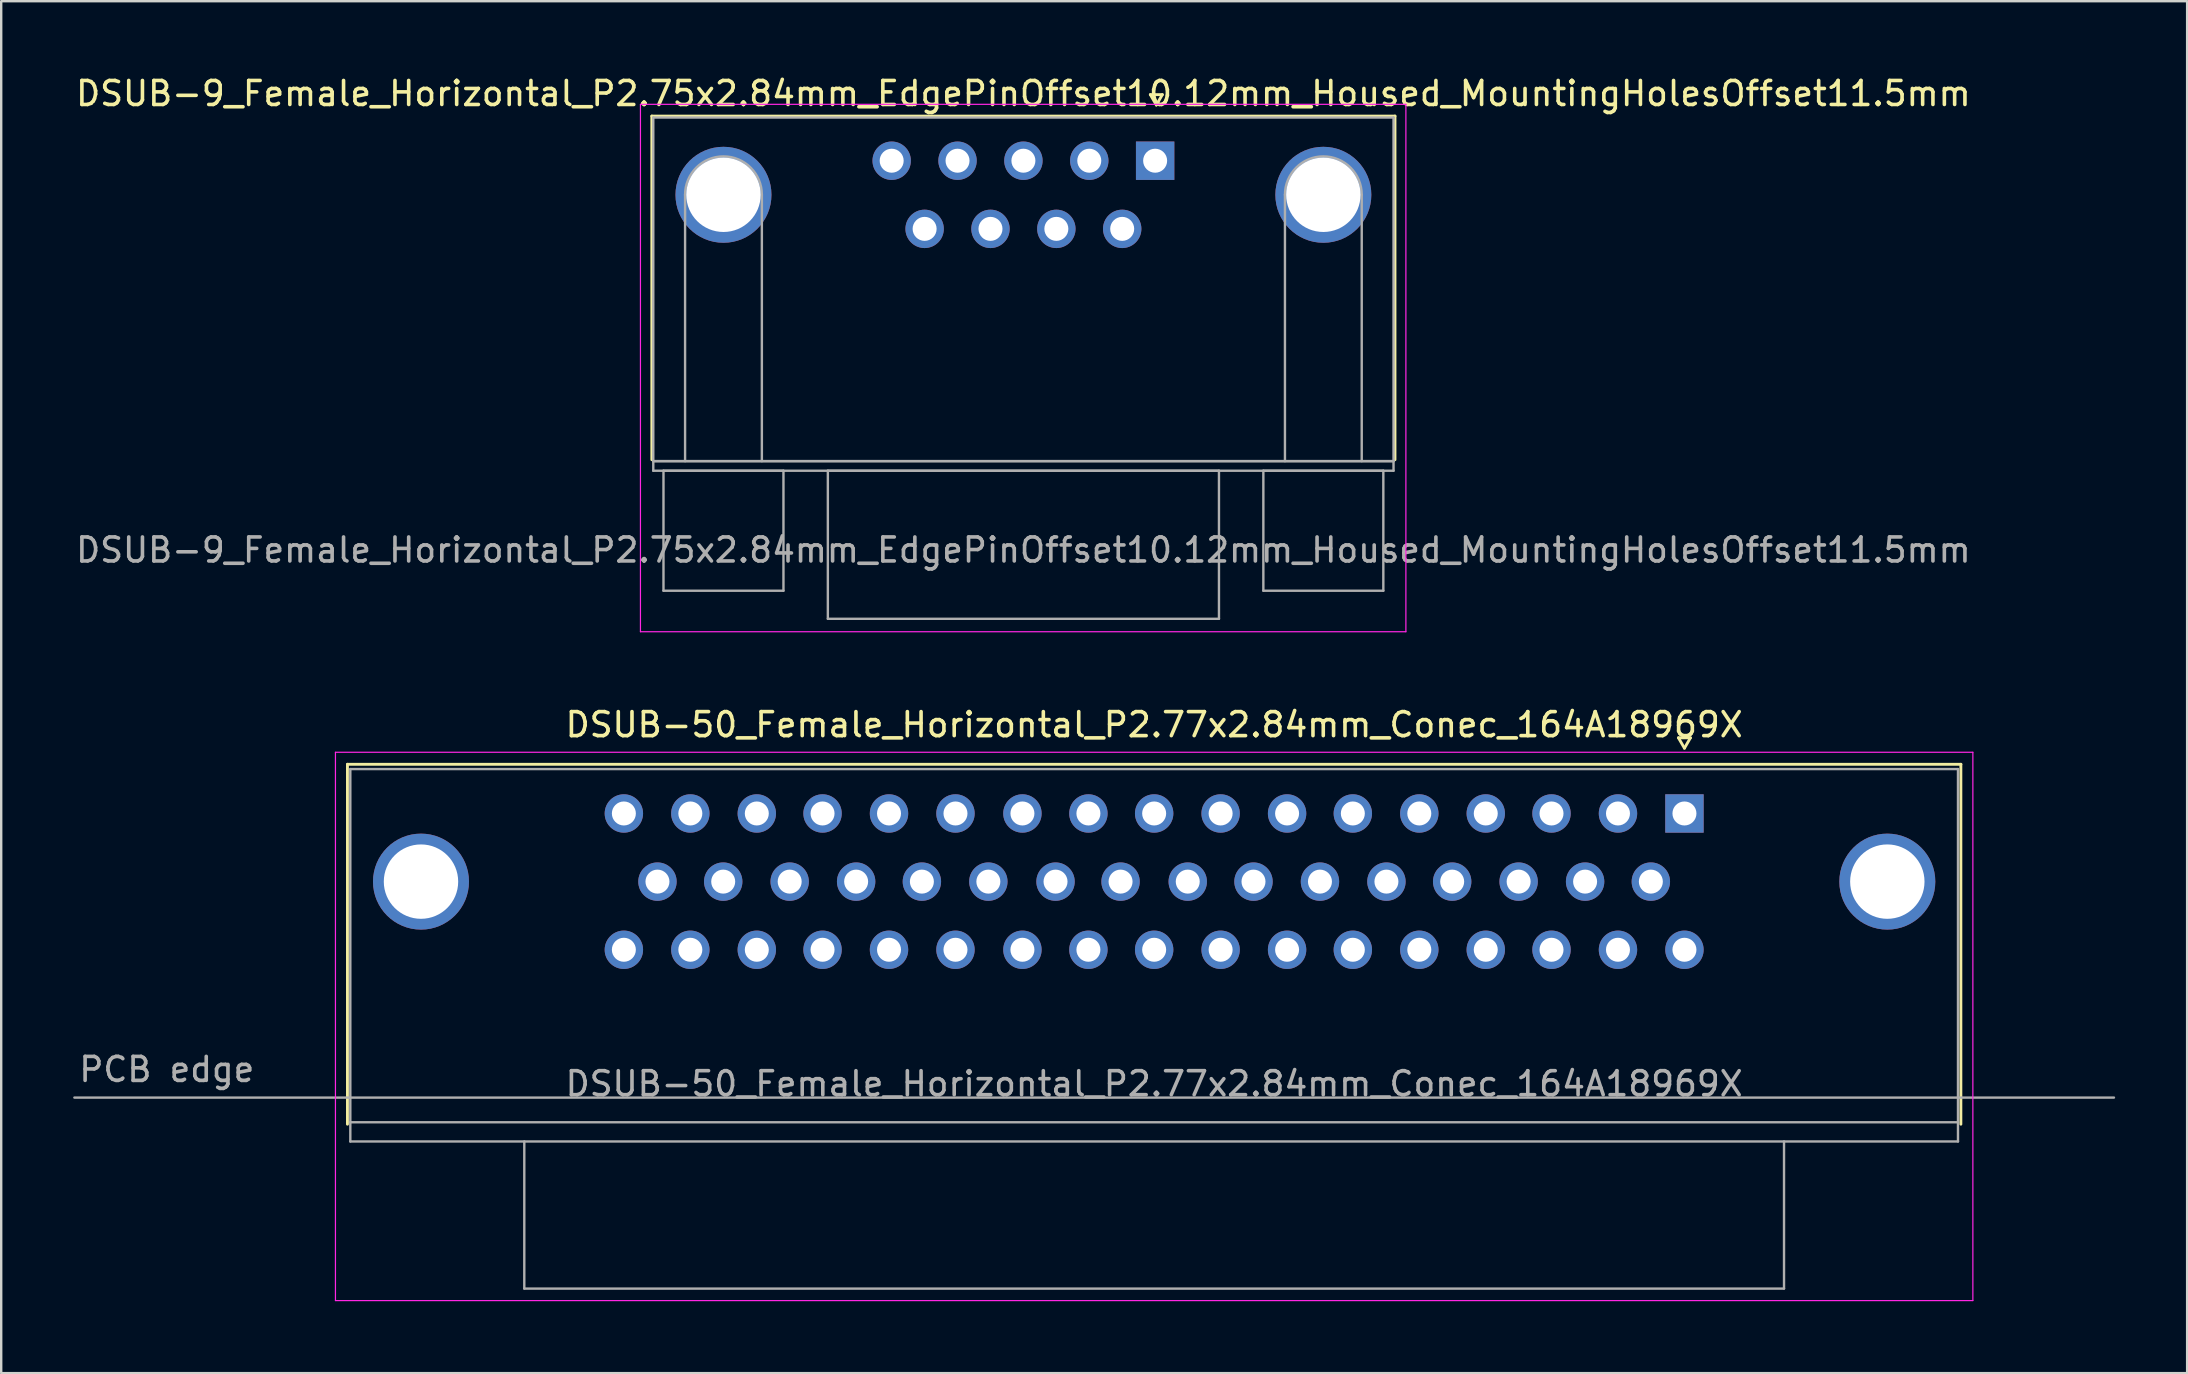
<source format=kicad_pcb>
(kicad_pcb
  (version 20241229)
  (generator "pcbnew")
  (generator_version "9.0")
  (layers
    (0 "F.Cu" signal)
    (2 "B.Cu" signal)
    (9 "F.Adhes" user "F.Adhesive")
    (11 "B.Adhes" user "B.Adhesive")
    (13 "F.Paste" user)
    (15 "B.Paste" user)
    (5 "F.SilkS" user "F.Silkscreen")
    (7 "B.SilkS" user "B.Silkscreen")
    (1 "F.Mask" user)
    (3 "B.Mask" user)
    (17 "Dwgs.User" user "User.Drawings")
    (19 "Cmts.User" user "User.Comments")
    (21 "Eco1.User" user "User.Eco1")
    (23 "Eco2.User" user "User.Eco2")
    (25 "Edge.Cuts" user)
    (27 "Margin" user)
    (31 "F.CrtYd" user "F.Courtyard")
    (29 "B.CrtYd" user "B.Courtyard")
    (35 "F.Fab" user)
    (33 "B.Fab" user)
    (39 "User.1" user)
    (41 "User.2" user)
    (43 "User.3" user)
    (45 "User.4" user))
  (footprint "DSUB-9_Female_Horizontal_P2.75x2.84mm_EdgePinOffset10.12mm_Housed_MountingHolesOffset11.5mm"
    (layer "F.Cu")
    (at 45.091 3.648)
    (property "Reference" "DSUB-9_Female_Horizontal_P2.75x2.84mm_EdgePinOffset10.12mm_Housed_MountingHolesOffset11.5mm" (at -5.49 -2.8 0) (layer "F.SilkS") (effects (font (size 1 1) (thickness 0.15))))
    (attr through_hole)
    (fp_line (start -20.975 -1.86) (end 9.995 -1.86) (stroke (width 0.12) (type solid)) (layer "F.SilkS"))
    (fp_line (start -20.975 12.46) (end -20.975 -1.86) (stroke (width 0.12) (type solid)) (layer "F.SilkS"))
    (fp_line (start -0.2 -2.754) (end 0.3 -2.754) (stroke (width 0.12) (type solid)) (layer "F.SilkS"))
    (fp_line (start 0.05 -2.321) (end -0.2 -2.754) (stroke (width 0.12) (type solid)) (layer "F.SilkS"))
    (fp_line (start 0.3 -2.754) (end 0.05 -2.321) (stroke (width 0.12) (type solid)) (layer "F.SilkS"))
    (fp_line (start 9.995 -1.86) (end 9.995 12.46) (stroke (width 0.12) (type solid)) (layer "F.SilkS"))
    (fp_line (start -21.45 -2.35) (end -21.45 19.63) (stroke (width 0.05) (type solid)) (layer "F.CrtYd"))
    (fp_line (start -21.45 19.63) (end 10.45 19.63) (stroke (width 0.05) (type solid)) (layer "F.CrtYd"))
    (fp_line (start 10.45 -2.35) (end -21.45 -2.35) (stroke (width 0.05) (type solid)) (layer "F.CrtYd"))
    (fp_line (start 10.45 19.63) (end 10.45 -2.35) (stroke (width 0.05) (type solid)) (layer "F.CrtYd"))
    (fp_line (start -20.915 -1.8) (end -20.915 12.52) (stroke (width 0.1) (type solid)) (layer "F.Fab"))
    (fp_line (start -20.915 12.52) (end -20.915 12.92) (stroke (width 0.1) (type solid)) (layer "F.Fab"))
    (fp_line (start -20.915 12.52) (end 9.935 12.52) (stroke (width 0.1) (type solid)) (layer "F.Fab"))
    (fp_line (start -20.915 12.92) (end 9.935 12.92) (stroke (width 0.1) (type solid)) (layer "F.Fab"))
    (fp_line (start -20.49 12.92) (end -20.49 17.92) (stroke (width 0.1) (type solid)) (layer "F.Fab"))
    (fp_line (start -20.49 17.92) (end -15.49 17.92) (stroke (width 0.1) (type solid)) (layer "F.Fab"))
    (fp_line (start -19.59 12.52) (end -19.59 1.42) (stroke (width 0.1) (type solid)) (layer "F.Fab"))
    (fp_line (start -16.39 12.52) (end -16.39 1.42) (stroke (width 0.1) (type solid)) (layer "F.Fab"))
    (fp_line (start -15.49 12.92) (end -20.49 12.92) (stroke (width 0.1) (type solid)) (layer "F.Fab"))
    (fp_line (start -15.49 17.92) (end -15.49 12.92) (stroke (width 0.1) (type solid)) (layer "F.Fab"))
    (fp_line (start -13.64 12.92) (end -13.64 19.09) (stroke (width 0.1) (type solid)) (layer "F.Fab"))
    (fp_line (start -13.64 19.09) (end 2.66 19.09) (stroke (width 0.1) (type solid)) (layer "F.Fab"))
    (fp_line (start 2.66 12.92) (end -13.64 12.92) (stroke (width 0.1) (type solid)) (layer "F.Fab"))
    (fp_line (start 2.66 19.09) (end 2.66 12.92) (stroke (width 0.1) (type solid)) (layer "F.Fab"))
    (fp_line (start 4.51 12.92) (end 4.51 17.92) (stroke (width 0.1) (type solid)) (layer "F.Fab"))
    (fp_line (start 4.51 17.92) (end 9.51 17.92) (stroke (width 0.1) (type solid)) (layer "F.Fab"))
    (fp_line (start 5.41 12.52) (end 5.41 1.42) (stroke (width 0.1) (type solid)) (layer "F.Fab"))
    (fp_line (start 8.61 12.52) (end 8.61 1.42) (stroke (width 0.1) (type solid)) (layer "F.Fab"))
    (fp_line (start 9.51 12.92) (end 4.51 12.92) (stroke (width 0.1) (type solid)) (layer "F.Fab"))
    (fp_line (start 9.51 17.92) (end 9.51 12.92) (stroke (width 0.1) (type solid)) (layer "F.Fab"))
    (fp_line (start 9.935 -1.8) (end -20.915 -1.8) (stroke (width 0.1) (type solid)) (layer "F.Fab"))
    (fp_line (start 9.935 12.52) (end -20.915 12.52) (stroke (width 0.1) (type solid)) (layer "F.Fab"))
    (fp_line (start 9.935 12.52) (end 9.935 -1.8) (stroke (width 0.1) (type solid)) (layer "F.Fab"))
    (fp_line (start 9.935 12.92) (end 9.935 12.52) (stroke (width 0.1) (type solid)) (layer "F.Fab"))
    (fp_arc (start -19.59 1.42) (mid -17.99 -0.18) (end -16.39 1.42) (stroke (width 0.1) (type solid)) (layer "F.Fab"))
    (fp_arc (start 5.41 1.42) (mid 7.01 -0.18) (end 8.61 1.42) (stroke (width 0.1) (type solid)) (layer "F.Fab"))
    (fp_text user "${REFERENCE}" (at -5.49 16.225 0) (layer "F.Fab") (effects (font (size 1 1) (thickness 0.15))))
    (pad "0" thru_hole circle (at -17.99 1.42) (size 4 4) (drill 3.1) (layers "*.Cu" "*.Mask"))
    (pad "0" thru_hole circle (at 7.01 1.42) (size 4 4) (drill 3.1) (layers "*.Cu" "*.Mask"))
    (pad "1" thru_hole rect (at 0 0) (size 1.6 1.6) (drill 1) (layers "*.Cu" "*.Mask"))
    (pad "2" thru_hole circle (at -2.745 0) (size 1.6 1.6) (drill 1) (layers "*.Cu" "*.Mask"))
    (pad "3" thru_hole circle (at -5.49 0) (size 1.6 1.6) (drill 1) (layers "*.Cu" "*.Mask"))
    (pad "4" thru_hole circle (at -8.235 0) (size 1.6 1.6) (drill 1) (layers "*.Cu" "*.Mask"))
    (pad "5" thru_hole circle (at -10.98 0) (size 1.6 1.6) (drill 1) (layers "*.Cu" "*.Mask"))
    (pad "6" thru_hole circle (at -1.373 2.84) (size 1.6 1.6) (drill 1) (layers "*.Cu" "*.Mask"))
    (pad "7" thru_hole circle (at -4.117 2.84) (size 1.6 1.6) (drill 1) (layers "*.Cu" "*.Mask"))
    (pad "8" thru_hole circle (at -6.862 2.84) (size 1.6 1.6) (drill 1) (layers "*.Cu" "*.Mask"))
    (pad "9" thru_hole circle (at -9.607 2.84) (size 1.6 1.6) (drill 1) (layers "*.Cu" "*.Mask")))
  (footprint "DSUB-50_Female_Horizontal_P2.77x2.84mm_Conec_164A18969X"
    (layer "F.Cu")
    (at 45.05 30.852)
    (property "Reference" "DSUB-50_Female_Horizontal_P2.77x2.84mm_Conec_164A18969X" (at 0 -3.7 0) (layer "F.SilkS") (effects (font (size 1 1) (thickness 0.15))))
    (attr through_hole)
    (fp_line (start -33.62 -2.05) (end 33.62 -2.05) (stroke (width 0.12) (type solid)) (layer "F.SilkS"))
    (fp_line (start -33.62 12.95) (end -33.62 -2.05) (stroke (width 0.12) (type solid)) (layer "F.SilkS"))
    (fp_line (start 21.85 -3.154) (end 22.35 -3.154) (stroke (width 0.12) (type solid)) (layer "F.SilkS"))
    (fp_line (start 22.1 -2.721) (end 21.85 -3.154) (stroke (width 0.12) (type solid)) (layer "F.SilkS"))
    (fp_line (start 22.35 -3.154) (end 22.1 -2.721) (stroke (width 0.12) (type solid)) (layer "F.SilkS"))
    (fp_line (start 33.62 -2.05) (end 33.62 12.95) (stroke (width 0.12) (type solid)) (layer "F.SilkS"))
    (fp_line (start -34.12 -2.55) (end -34.12 20.3) (stroke (width 0.05) (type solid)) (layer "F.CrtYd"))
    (fp_line (start -34.12 20.3) (end 34.12 20.3) (stroke (width 0.05) (type solid)) (layer "F.CrtYd"))
    (fp_line (start 34.12 -2.55) (end -34.12 -2.55) (stroke (width 0.05) (type solid)) (layer "F.CrtYd"))
    (fp_line (start 34.12 20.3) (end 34.12 -2.55) (stroke (width 0.05) (type solid)) (layer "F.CrtYd"))
    (fp_line (start -45 11.84) (end 40 11.84) (stroke (width 0.1) (type solid)) (layer "F.Fab"))
    (fp_line (start -33.5 -1.85) (end -33.5 12.87) (stroke (width 0.1) (type solid)) (layer "F.Fab"))
    (fp_line (start -33.5 12.87) (end -33.5 13.67) (stroke (width 0.1) (type solid)) (layer "F.Fab"))
    (fp_line (start -33.5 13.67) (end 33.5 13.67) (stroke (width 0.1) (type solid)) (layer "F.Fab"))
    (fp_line (start -26.25 13.67) (end -26.25 19.8) (stroke (width 0.1) (type solid)) (layer "F.Fab"))
    (fp_line (start -26.25 19.8) (end 26.25 19.8) (stroke (width 0.1) (type solid)) (layer "F.Fab"))
    (fp_line (start 26.25 19.8) (end 26.25 13.67) (stroke (width 0.1) (type solid)) (layer "F.Fab"))
    (fp_line (start 33.5 -1.85) (end -33.5 -1.85) (stroke (width 0.1) (type solid)) (layer "F.Fab"))
    (fp_line (start 33.5 12.87) (end -33.5 12.87) (stroke (width 0.1) (type solid)) (layer "F.Fab"))
    (fp_line (start 33.5 12.87) (end 33.5 -1.85) (stroke (width 0.1) (type solid)) (layer "F.Fab"))
    (fp_line (start 33.5 13.67) (end 33.5 12.87) (stroke (width 0.1) (type solid)) (layer "F.Fab"))
    (fp_text user "${REFERENCE}" (at 0 11.265 0) (layer "F.Fab") (effects (font (size 1 1) (thickness 0.15))))
    (fp_text user "PCB edge" (at -41.148 10.668 0) (unlocked yes) (layer "F.Fab") (effects (font (size 1 1) (thickness 0.15))))
    (pad "0" thru_hole circle (at -30.555 2.84) (size 4 4) (drill 3.1) (layers "*.Cu" "*.Mask"))
    (pad "0" thru_hole circle (at 30.555 2.84) (size 4 4) (drill 3.1) (layers "*.Cu" "*.Mask"))
    (pad "1" thru_hole rect (at 22.1 0) (size 1.6 1.6) (drill 1) (layers "*.Cu" "*.Mask"))
    (pad "2" thru_hole circle (at 19.33 0) (size 1.6 1.6) (drill 1) (layers "*.Cu" "*.Mask"))
    (pad "3" thru_hole circle (at 16.56 0) (size 1.6 1.6) (drill 1) (layers "*.Cu" "*.Mask"))
    (pad "4" thru_hole circle (at 13.82 0) (size 1.6 1.6) (drill 1) (layers "*.Cu" "*.Mask"))
    (pad "5" thru_hole circle (at 11.05 0) (size 1.6 1.6) (drill 1) (layers "*.Cu" "*.Mask"))
    (pad "6" thru_hole circle (at 8.28 0) (size 1.6 1.6) (drill 1) (layers "*.Cu" "*.Mask"))
    (pad "7" thru_hole circle (at 5.54 0) (size 1.6 1.6) (drill 1) (layers "*.Cu" "*.Mask"))
    (pad "8" thru_hole circle (at 2.77 0) (size 1.6 1.6) (drill 1) (layers "*.Cu" "*.Mask"))
    (pad "9" thru_hole circle (at 0 0) (size 1.6 1.6) (drill 1) (layers "*.Cu" "*.Mask"))
    (pad "10" thru_hole circle (at -2.74 0) (size 1.6 1.6) (drill 1) (layers "*.Cu" "*.Mask"))
    (pad "11" thru_hole circle (at -5.49 0) (size 1.6 1.6) (drill 1) (layers "*.Cu" "*.Mask"))
    (pad "12" thru_hole circle (at -8.28 0) (size 1.6 1.6) (drill 1) (layers "*.Cu" "*.Mask"))
    (pad "13" thru_hole circle (at -11.05 0) (size 1.6 1.6) (drill 1) (layers "*.Cu" "*.Mask"))
    (pad "14" thru_hole circle (at -13.82 0) (size 1.6 1.6) (drill 1) (layers "*.Cu" "*.Mask"))
    (pad "15" thru_hole circle (at -16.56 0) (size 1.6 1.6) (drill 1) (layers "*.Cu" "*.Mask"))
    (pad "16" thru_hole circle (at -19.33 0) (size 1.6 1.6) (drill 1) (layers "*.Cu" "*.Mask"))
    (pad "17" thru_hole circle (at -22.1 0) (size 1.6 1.6) (drill 1) (layers "*.Cu" "*.Mask"))
    (pad "18" thru_hole circle (at 20.7 2.84) (size 1.6 1.6) (drill 1) (layers "*.Cu" "*.Mask"))
    (pad "19" thru_hole circle (at 17.96 2.84) (size 1.6 1.6) (drill 1) (layers "*.Cu" "*.Mask"))
    (pad "20" thru_hole circle (at 15.19 2.84) (size 1.6 1.6) (drill 1) (layers "*.Cu" "*.Mask"))
    (pad "21" thru_hole circle (at 12.42 2.84) (size 1.6 1.6) (drill 1) (layers "*.Cu" "*.Mask"))
    (pad "22" thru_hole circle (at 9.68 2.84) (size 1.6 1.6) (drill 1) (layers "*.Cu" "*.Mask"))
    (pad "23" thru_hole circle (at 6.91 2.84) (size 1.6 1.6) (drill 1) (layers "*.Cu" "*.Mask"))
    (pad "24" thru_hole circle (at 4.14 2.84) (size 1.6 1.6) (drill 1) (layers "*.Cu" "*.Mask"))
    (pad "25" thru_hole circle (at 1.4 2.84) (size 1.6 1.6) (drill 1) (layers "*.Cu" "*.Mask"))
    (pad "26" thru_hole circle (at -1.4 2.84) (size 1.6 1.6) (drill 1) (layers "*.Cu" "*.Mask"))
    (pad "27" thru_hole circle (at -4.11 2.84) (size 1.6 1.6) (drill 1) (layers "*.Cu" "*.Mask"))
    (pad "28" thru_hole circle (at -6.91 2.84) (size 1.6 1.6) (drill 1) (layers "*.Cu" "*.Mask"))
    (pad "29" thru_hole circle (at -9.68 2.84) (size 1.6 1.6) (drill 1) (layers "*.Cu" "*.Mask"))
    (pad "30" thru_hole circle (at -12.42 2.84) (size 1.6 1.6) (drill 1) (layers "*.Cu" "*.Mask"))
    (pad "31" thru_hole circle (at -15.19 2.84) (size 1.6 1.6) (drill 1) (layers "*.Cu" "*.Mask"))
    (pad "32" thru_hole circle (at -17.96 2.84) (size 1.6 1.6) (drill 1) (layers "*.Cu" "*.Mask"))
    (pad "33" thru_hole circle (at -20.7 2.84) (size 1.6 1.6) (drill 1) (layers "*.Cu" "*.Mask"))
    (pad "34" thru_hole circle (at 22.1 5.68) (size 1.6 1.6) (drill 1) (layers "*.Cu" "*.Mask"))
    (pad "35" thru_hole circle (at 19.33 5.68) (size 1.6 1.6) (drill 1) (layers "*.Cu" "*.Mask"))
    (pad "36" thru_hole circle (at 16.56 5.68) (size 1.6 1.6) (drill 1) (layers "*.Cu" "*.Mask"))
    (pad "37" thru_hole circle (at 13.82 5.68) (size 1.6 1.6) (drill 1) (layers "*.Cu" "*.Mask"))
    (pad "38" thru_hole circle (at 11.05 5.68) (size 1.6 1.6) (drill 1) (layers "*.Cu" "*.Mask"))
    (pad "39" thru_hole circle (at 8.28 5.68) (size 1.6 1.6) (drill 1) (layers "*.Cu" "*.Mask"))
    (pad "40" thru_hole circle (at 5.54 5.68) (size 1.6 1.6) (drill 1) (layers "*.Cu" "*.Mask"))
    (pad "41" thru_hole circle (at 2.77 5.68) (size 1.6 1.6) (drill 1) (layers "*.Cu" "*.Mask"))
    (pad "42" thru_hole circle (at 0 5.68) (size 1.6 1.6) (drill 1) (layers "*.Cu" "*.Mask"))
    (pad "43" thru_hole circle (at -2.74 5.68) (size 1.6 1.6) (drill 1) (layers "*.Cu" "*.Mask"))
    (pad "44" thru_hole circle (at -5.49 5.68) (size 1.6 1.6) (drill 1) (layers "*.Cu" "*.Mask"))
    (pad "45" thru_hole circle (at -8.28 5.68) (size 1.6 1.6) (drill 1) (layers "*.Cu" "*.Mask"))
    (pad "46" thru_hole circle (at -11.05 5.68) (size 1.6 1.6) (drill 1) (layers "*.Cu" "*.Mask"))
    (pad "47" thru_hole circle (at -13.82 5.68) (size 1.6 1.6) (drill 1) (layers "*.Cu" "*.Mask"))
    (pad "48" thru_hole circle (at -16.56 5.68) (size 1.6 1.6) (drill 1) (layers "*.Cu" "*.Mask"))
    (pad "49" thru_hole circle (at -19.33 5.68) (size 1.6 1.6) (drill 1) (layers "*.Cu" "*.Mask"))
    (pad "50" thru_hole circle (at -22.1 5.68) (size 1.6 1.6) (drill 1) (layers "*.Cu" "*.Mask")))
  (gr_rect
    (start -3 -3)
    (end 88.1 54.176)
    (stroke (width 0.1) (type default))
    (fill no)
    (layer "Edge.Cuts")))
</source>
